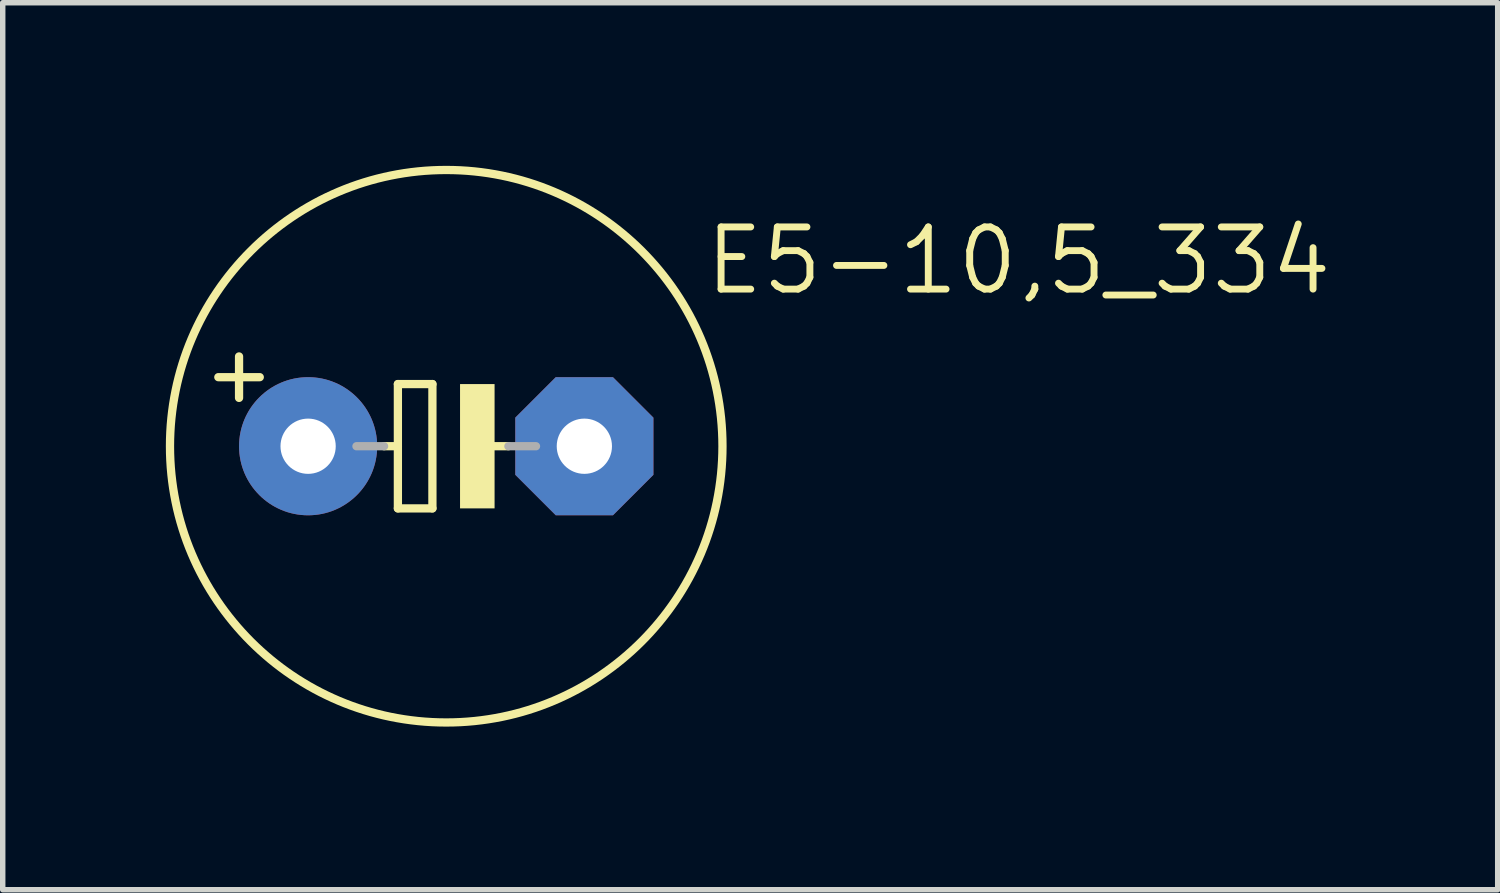
<source format=kicad_pcb>
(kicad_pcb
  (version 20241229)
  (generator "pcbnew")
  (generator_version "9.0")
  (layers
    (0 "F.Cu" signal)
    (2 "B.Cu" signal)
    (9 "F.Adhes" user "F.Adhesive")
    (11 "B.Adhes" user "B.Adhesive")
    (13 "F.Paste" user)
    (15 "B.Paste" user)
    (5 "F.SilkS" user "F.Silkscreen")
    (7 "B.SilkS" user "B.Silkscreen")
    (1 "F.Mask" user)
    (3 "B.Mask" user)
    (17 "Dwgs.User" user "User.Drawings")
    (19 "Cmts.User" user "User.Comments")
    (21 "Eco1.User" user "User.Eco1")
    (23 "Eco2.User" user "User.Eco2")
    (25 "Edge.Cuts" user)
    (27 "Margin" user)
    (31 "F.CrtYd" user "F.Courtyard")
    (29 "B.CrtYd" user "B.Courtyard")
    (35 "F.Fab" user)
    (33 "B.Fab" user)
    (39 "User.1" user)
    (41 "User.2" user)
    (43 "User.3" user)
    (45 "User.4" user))
  (footprint "E5-10,5_334"
    (layer "F.Cu")
    (at 5.156 5.156)
    (property "Reference" "E5-10,5_334" (at 4.699 -2.743 0) (unlocked yes) (layer "F.SilkS") (effects (font (size 1.143 1.143) (thickness 0.127)) (justify left bottom)))
    (fp_line (start -3.81 -1.651) (end -3.81 -0.889) (stroke (width 0.152) (type solid)) (layer "F.SilkS"))
    (fp_line (start -3.429 -1.27) (end -4.191 -1.27) (stroke (width 0.152) (type solid)) (layer "F.SilkS"))
    (fp_line (start -1.143 0) (end -0.889 0) (stroke (width 0.152) (type solid)) (layer "F.SilkS"))
    (fp_line (start -0.889 -1.143) (end -0.889 0) (stroke (width 0.152) (type solid)) (layer "F.SilkS"))
    (fp_line (start -0.889 0) (end -0.889 1.143) (stroke (width 0.152) (type solid)) (layer "F.SilkS"))
    (fp_line (start -0.889 1.143) (end -0.254 1.143) (stroke (width 0.152) (type solid)) (layer "F.SilkS"))
    (fp_line (start -0.254 -1.143) (end -0.889 -1.143) (stroke (width 0.152) (type solid)) (layer "F.SilkS"))
    (fp_line (start -0.254 1.143) (end -0.254 -1.143) (stroke (width 0.152) (type solid)) (layer "F.SilkS"))
    (fp_line (start 0.635 0) (end 1.143 0) (stroke (width 0.152) (type solid)) (layer "F.SilkS"))
    (fp_circle (center 0 0) (end 5.08 0) (stroke (width 0.152) (type solid)) (fill no) (layer "F.SilkS"))
    (fp_poly (pts (xy 0.254 1.143) (xy 0.889 1.143) (xy 0.889 -1.143) (xy 0.254 -1.143)) (stroke (width 0) (type default)) (fill yes) (layer "F.SilkS"))
    (fp_line (start -1.651 0) (end -1.143 0) (stroke (width 0.152) (type solid)) (layer "F.Fab"))
    (fp_line (start 1.143 0) (end 1.651 0) (stroke (width 0.152) (type solid)) (layer "F.Fab"))
    (pad "+" thru_hole circle (at -2.54 0) (size 2.54 2.54) (drill 1.016) (layers "*.Cu" "*.Mask"))
    (pad "-" thru_hole roundrect (at 2.54 0) (size 2.54 2.54) (drill 1.016) (layers "*.Cu" "*.Mask") (roundrect_rratio 0.25) (chamfer_ratio 0.293) (chamfer top_left top_right bottom_left bottom_right)))
  (gr_rect
    (start -3 -3)
    (end 24.492 13.312)
    (stroke (width 0.1) (type default))
    (fill no)
    (layer "Edge.Cuts")))
</source>
